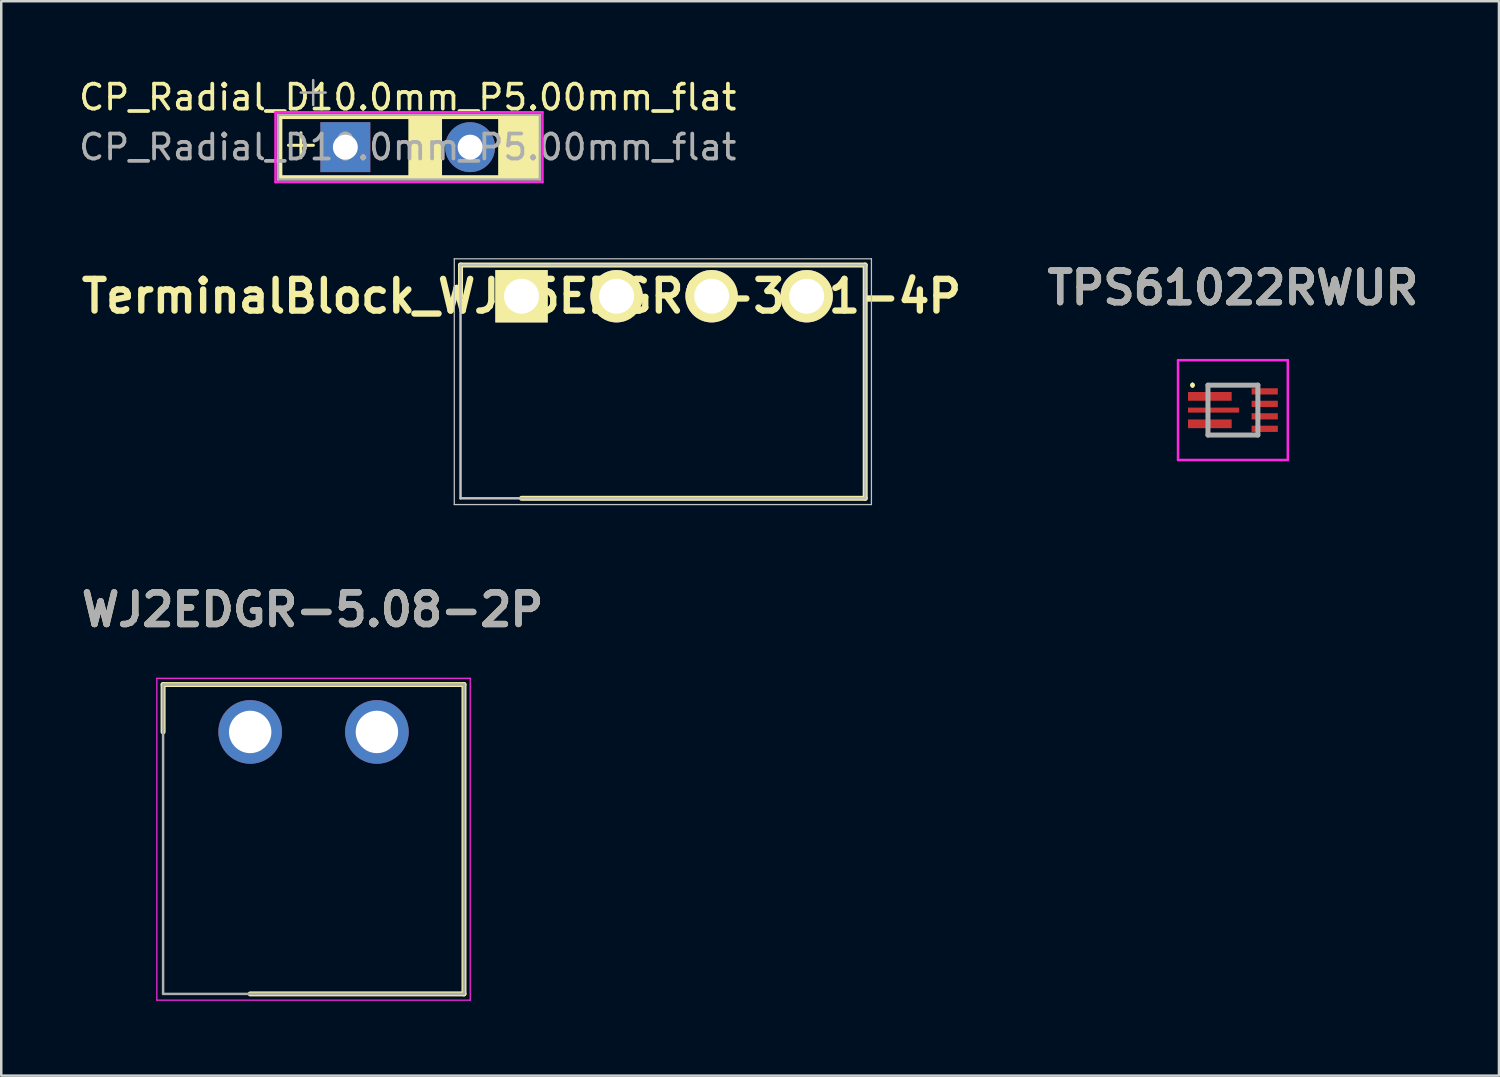
<source format=kicad_pcb>
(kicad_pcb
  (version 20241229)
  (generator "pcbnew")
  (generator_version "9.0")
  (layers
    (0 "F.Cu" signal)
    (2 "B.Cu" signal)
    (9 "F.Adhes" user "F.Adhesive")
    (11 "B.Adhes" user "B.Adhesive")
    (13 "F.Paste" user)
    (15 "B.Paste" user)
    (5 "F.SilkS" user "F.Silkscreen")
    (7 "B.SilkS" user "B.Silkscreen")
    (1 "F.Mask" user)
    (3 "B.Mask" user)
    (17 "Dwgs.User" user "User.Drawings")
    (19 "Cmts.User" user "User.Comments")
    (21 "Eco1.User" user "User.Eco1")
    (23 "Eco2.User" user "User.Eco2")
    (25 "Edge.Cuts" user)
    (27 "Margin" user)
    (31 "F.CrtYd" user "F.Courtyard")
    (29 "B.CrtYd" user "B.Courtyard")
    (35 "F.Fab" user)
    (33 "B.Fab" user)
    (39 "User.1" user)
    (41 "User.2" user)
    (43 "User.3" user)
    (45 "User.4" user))
  (footprint "TerminalBlock_WJ15EDGRC-3.81-4P"
    (layer "F.Cu")
    (at 17.853 8.823)
    (property "Reference" "TerminalBlock_WJ15EDGRC-3.81-4P" (at 0 0 0) (layer "F.SilkS") (effects (font (size 1.27 1.27) (thickness 0.254))))
    (attr through_hole)
    (fp_line (start -2.445 -1.25) (end -2.445 0) (stroke (width 0.2) (type solid)) (layer "F.SilkS"))
    (fp_line (start 0 8.1) (end 13.775 8.1) (stroke (width 0.2) (type solid)) (layer "F.SilkS"))
    (fp_line (start 13.775 -1.25) (end -2.445 -1.25) (stroke (width 0.2) (type solid)) (layer "F.SilkS"))
    (fp_line (start 13.775 8.1) (end 13.775 -1.25) (stroke (width 0.2) (type solid)) (layer "F.SilkS"))
    (fp_line (start -2.695 -1.5) (end 14.025 -1.5) (stroke (width 0.05) (type solid)) (layer "Dwgs.User"))
    (fp_line (start -2.695 8.35) (end -2.695 -1.5) (stroke (width 0.05) (type solid)) (layer "Dwgs.User"))
    (fp_line (start -2.445 -1.25) (end 13.775 -1.25) (stroke (width 0.1) (type solid)) (layer "Dwgs.User"))
    (fp_line (start -2.445 8.1) (end -2.445 -1.25) (stroke (width 0.1) (type solid)) (layer "Dwgs.User"))
    (fp_line (start 13.775 -1.25) (end 13.775 8.1) (stroke (width 0.1) (type solid)) (layer "Dwgs.User"))
    (fp_line (start 13.775 8.1) (end -2.445 8.1) (stroke (width 0.1) (type solid)) (layer "Dwgs.User"))
    (fp_line (start 14.025 -1.5) (end 14.025 8.35) (stroke (width 0.05) (type solid)) (layer "Dwgs.User"))
    (fp_line (start 14.025 8.35) (end -2.695 8.35) (stroke (width 0.05) (type solid)) (layer "Dwgs.User"))
    (pad "1" thru_hole rect (at 0 0 90) (size 2.1 2.1) (drill 1.4) (layers "*.Cu" "*.Mask" "F.SilkS"))
    (pad "2" thru_hole circle (at 3.81 0 90) (size 2.1 2.1) (drill 1.4) (layers "*.Cu" "*.Mask" "F.SilkS"))
    (pad "3" thru_hole circle (at 7.62 0 90) (size 2.1 2.1) (drill 1.4) (layers "*.Cu" "*.Mask" "F.SilkS"))
    (pad "4" thru_hole circle (at 11.43 0 90) (size 2.1 2.1) (drill 1.4) (layers "*.Cu" "*.Mask" "F.SilkS")))
  (footprint "CP_Radial_D10.0mm_P5.00mm_flat"
    (layer "F.Cu")
    (at 10.792 2.848)
    (property "Reference" "CP_Radial_D10.0mm_P5.00mm_flat" (at 2.5 -2 0) (layer "F.SilkS") (effects (font (size 1 1) (thickness 0.15))))
    (attr through_hole)
    (fp_line (start -2.6 -1.2) (end -2.6 1.2) (stroke (width 0.15) (type solid)) (layer "F.SilkS"))
    (fp_line (start -2.6 1.2) (end 7.7 1.2) (stroke (width 0.15) (type solid)) (layer "F.SilkS"))
    (fp_line (start -2.28 -0.075) (end -1.28 -0.075) (stroke (width 0.12) (type solid)) (layer "F.SilkS"))
    (fp_line (start -1.78 -0.575) (end -1.78 0.425) (stroke (width 0.12) (type solid)) (layer "F.SilkS"))
    (fp_line (start 7.7 -1.2) (end -2.6 -1.2) (stroke (width 0.15) (type solid)) (layer "F.SilkS"))
    (fp_line (start 7.7 1.2) (end 7.7 -1.2) (stroke (width 0.15) (type solid)) (layer "F.SilkS"))
    (fp_poly (pts (xy 2.6 -1.2) (xy 2.6 1.2) (xy 3.8 1.2) (xy 3.8 -1.2)) (stroke (width 0.15) (type solid)) (fill yes) (layer "F.SilkS"))
    (fp_poly (pts (xy 6.2 -1.2) (xy 6.2 1.2) (xy 7.7 1.2) (xy 7.7 -1.2)) (stroke (width 0.15) (type solid)) (fill yes) (layer "F.SilkS"))
    (fp_line (start -2.8 -1.4) (end 7.9 -1.4) (stroke (width 0.1) (type solid)) (layer "F.CrtYd"))
    (fp_line (start -2.8 1.4) (end -2.8 -1.4) (stroke (width 0.1) (type solid)) (layer "F.CrtYd"))
    (fp_line (start 7.9 -1.4) (end 7.9 1.4) (stroke (width 0.1) (type solid)) (layer "F.CrtYd"))
    (fp_line (start 7.9 1.4) (end -2.8 1.4) (stroke (width 0.1) (type solid)) (layer "F.CrtYd"))
    (fp_line (start -2.7 -1.3) (end 7.8 -1.3) (stroke (width 0.1) (type solid)) (layer "F.Fab"))
    (fp_line (start -2.7 1.3) (end -2.7 -1.3) (stroke (width 0.1) (type solid)) (layer "F.Fab"))
    (fp_line (start -1.789 -2.188) (end -0.789 -2.188) (stroke (width 0.1) (type solid)) (layer "F.Fab"))
    (fp_line (start -1.289 -2.688) (end -1.289 -1.688) (stroke (width 0.1) (type solid)) (layer "F.Fab"))
    (fp_line (start 7.8 -1.3) (end 7.8 1.3) (stroke (width 0.1) (type solid)) (layer "F.Fab"))
    (fp_line (start 7.8 1.3) (end -2.7 1.3) (stroke (width 0.1) (type solid)) (layer "F.Fab"))
    (fp_text user "${REFERENCE}" (at 2.5 0 0) (layer "F.Fab") (effects (font (size 1 1) (thickness 0.15))))
    (pad "1" thru_hole rect (at 0 0) (size 2 2) (drill 1) (layers "*.Cu" "*.Mask"))
    (pad "2" thru_hole circle (at 5 0) (size 2 2) (drill 1) (layers "*.Cu" "*.Mask")))
  (footprint "WJ2EDGR-5.08-2P"
    (layer "F.Cu")
    (at 9.477 30.587)
    (property "Reference" "WJ2EDGR-5.08-2P" (at 0 -9.2 0) (layer "F.SilkS") (effects (font (size 1.27 1.27) (thickness 0.254))))
    (attr through_hole)
    (fp_line (start -5.99 -6.2) (end -5.99 -4.3) (stroke (width 0.2) (type solid)) (layer "F.SilkS"))
    (fp_line (start -2.5 6.2) (end 6.07 6.2) (stroke (width 0.2) (type solid)) (layer "F.SilkS"))
    (fp_line (start 6.07 -6.2) (end -5.99 -6.2) (stroke (width 0.2) (type solid)) (layer "F.SilkS"))
    (fp_line (start 6.07 6.2) (end 6.07 -6.2) (stroke (width 0.2) (type solid)) (layer "F.SilkS"))
    (fp_line (start -6.24 -6.45) (end 6.32 -6.45) (stroke (width 0.05) (type solid)) (layer "F.CrtYd"))
    (fp_line (start -6.24 6.45) (end -6.24 -6.45) (stroke (width 0.05) (type solid)) (layer "F.CrtYd"))
    (fp_line (start 6.32 -6.45) (end 6.32 6.45) (stroke (width 0.05) (type solid)) (layer "F.CrtYd"))
    (fp_line (start 6.32 6.45) (end -6.24 6.45) (stroke (width 0.05) (type solid)) (layer "F.CrtYd"))
    (fp_line (start -5.99 -6.2) (end 6.07 -6.2) (stroke (width 0.1) (type solid)) (layer "F.Fab"))
    (fp_line (start -5.99 6.2) (end -5.99 -6.2) (stroke (width 0.1) (type solid)) (layer "F.Fab"))
    (fp_line (start 6.07 -6.2) (end 6.07 6.2) (stroke (width 0.1) (type solid)) (layer "F.Fab"))
    (fp_line (start 6.07 6.2) (end -5.99 6.2) (stroke (width 0.1) (type solid)) (layer "F.Fab"))
    (fp_text user "${REFERENCE}" (at 0 -9.2 0) (layer "F.Fab") (effects (font (size 1.27 1.27) (thickness 0.254))))
    (pad "1" thru_hole circle (at -2.5 -4.3) (size 2.55 2.55) (drill 1.7) (layers "*.Cu" "*.Mask"))
    (pad "2" thru_hole circle (at 2.58 -4.3) (size 2.55 2.55) (drill 1.7) (layers "*.Cu" "*.Mask")))
  (footprint "TPS61022RWUR"
    (layer "F.Cu")
    (at 46.367 13.387)
    (property "Reference" "TPS61022RWUR" (at 0 -4.9 0) (layer "F.SilkS") (effects (font (size 1.27 1.27) (thickness 0.254))))
    (attr smd)
    (fp_line (start -1.62 -1.05) (end -1.62 -1.05) (stroke (width 0.1) (type solid)) (layer "F.SilkS"))
    (fp_line (start -1.62 -0.95) (end -1.62 -0.95) (stroke (width 0.1) (type solid)) (layer "F.SilkS"))
    (fp_line (start -1 -1) (end 1 -1) (stroke (width 0.1) (type solid)) (layer "F.SilkS"))
    (fp_line (start -1 1) (end 1 1) (stroke (width 0.1) (type solid)) (layer "F.SilkS"))
    (fp_arc (start -1.62 -1.05) (mid -1.57 -1) (end -1.62 -0.95) (stroke (width 0.1) (type solid)) (layer "F.SilkS"))
    (fp_arc (start -1.62 -0.95) (mid -1.67 -1) (end -1.62 -1.05) (stroke (width 0.1) (type solid)) (layer "F.SilkS"))
    (fp_line (start -2.2 -2) (end 2.2 -2) (stroke (width 0.1) (type solid)) (layer "F.CrtYd"))
    (fp_line (start -2.2 2) (end -2.2 -2) (stroke (width 0.1) (type solid)) (layer "F.CrtYd"))
    (fp_line (start 2.2 -2) (end 2.2 2) (stroke (width 0.1) (type solid)) (layer "F.CrtYd"))
    (fp_line (start 2.2 2) (end -2.2 2) (stroke (width 0.1) (type solid)) (layer "F.CrtYd"))
    (fp_line (start -1 -1) (end 1 -1) (stroke (width 0.2) (type solid)) (layer "F.Fab"))
    (fp_line (start -1 1) (end -1 -1) (stroke (width 0.2) (type solid)) (layer "F.Fab"))
    (fp_line (start 1 -1) (end 1 1) (stroke (width 0.2) (type solid)) (layer "F.Fab"))
    (fp_line (start 1 1) (end -1 1) (stroke (width 0.2) (type solid)) (layer "F.Fab"))
    (fp_text user "${REFERENCE}" (at 0 -4.9 0) (layer "F.Fab") (effects (font (size 1.27 1.27) (thickness 0.254))))
    (pad "1" smd rect (at -0.925 -0.55 90) (size 0.35 1.75) (layers "F.Cu" "F.Mask" "F.Paste"))
    (pad "2" smd rect (at -0.775 0 90) (size 0.2 2.05) (layers "F.Cu" "F.Mask" "F.Paste"))
    (pad "3" smd rect (at -0.925 0.55 90) (size 0.35 1.75) (layers "F.Cu" "F.Mask" "F.Paste"))
    (pad "4" smd rect (at 1.275 0.75 90) (size 0.25 1.05) (layers "F.Cu" "F.Mask" "F.Paste"))
    (pad "5" smd rect (at 1.275 0.25 90) (size 0.25 1.05) (layers "F.Cu" "F.Mask" "F.Paste"))
    (pad "6" smd rect (at 1.275 -0.25 90) (size 0.25 1.05) (layers "F.Cu" "F.Mask" "F.Paste"))
    (pad "7" smd rect (at 1.275 -0.75 90) (size 0.25 1.05) (layers "F.Cu" "F.Mask" "F.Paste")))
  (gr_rect
    (start -3 -3)
    (end 57.03 40.062)
    (stroke (width 0.1) (type default))
    (fill no)
    (layer "Edge.Cuts")))
</source>
